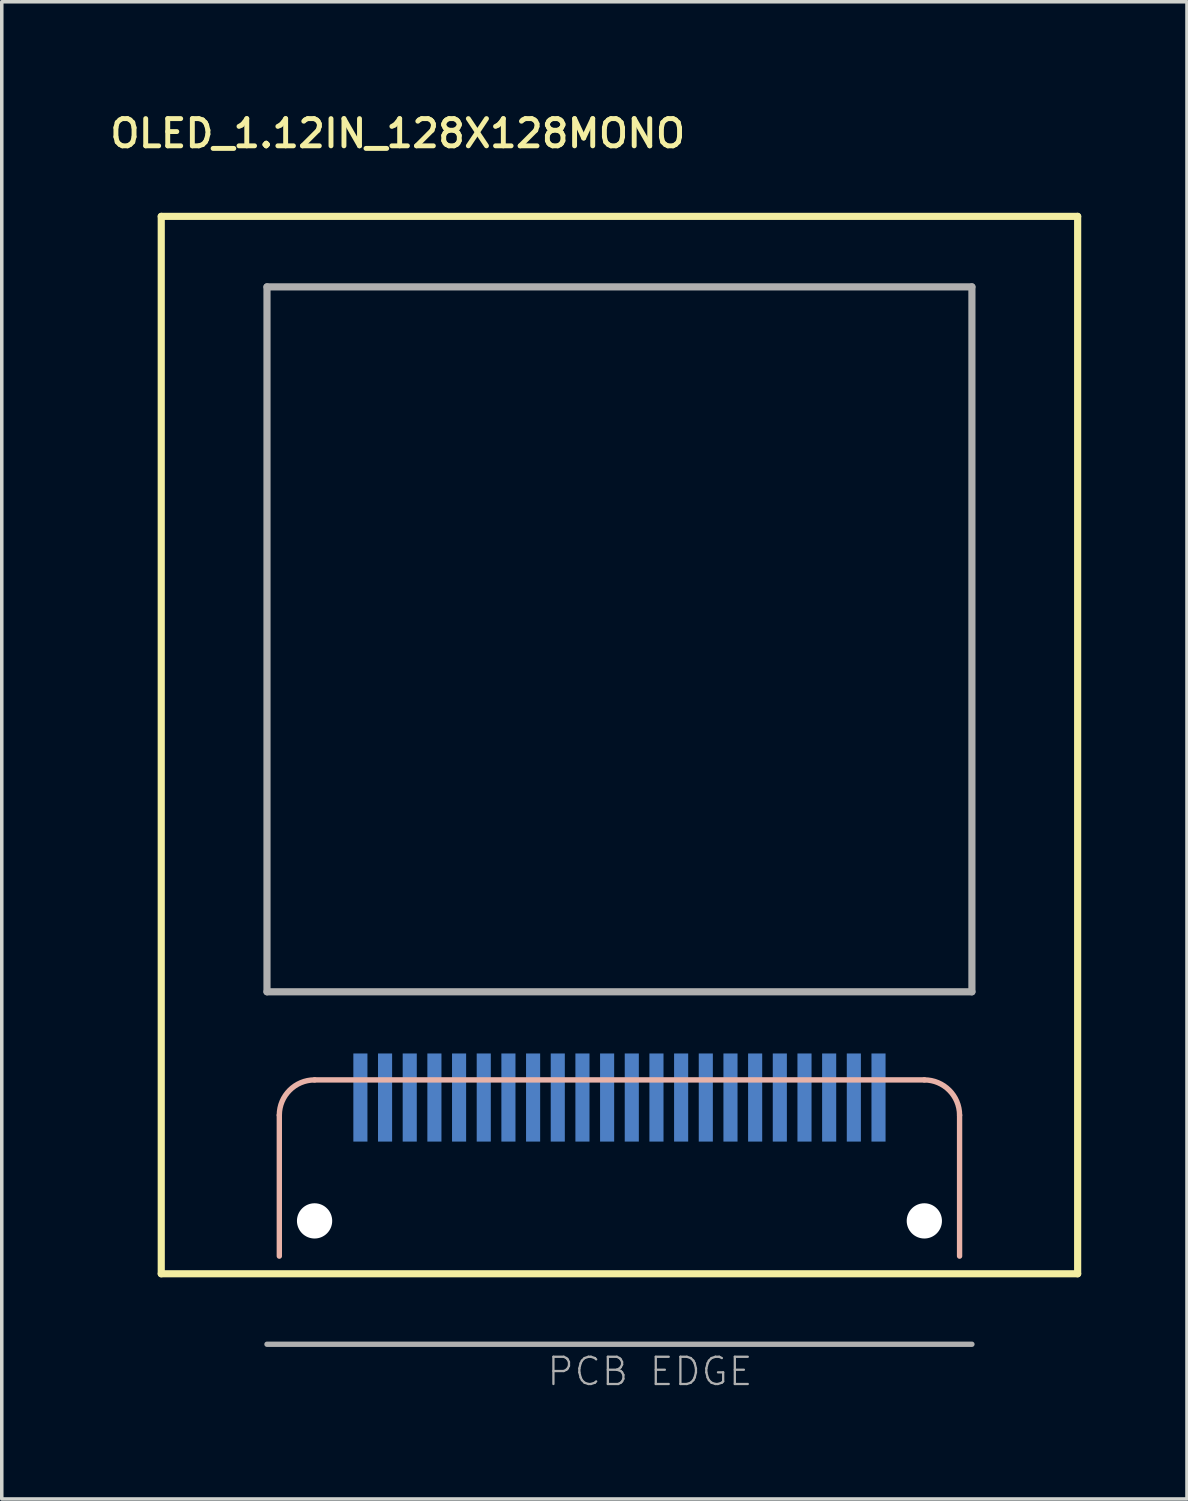
<source format=kicad_pcb>
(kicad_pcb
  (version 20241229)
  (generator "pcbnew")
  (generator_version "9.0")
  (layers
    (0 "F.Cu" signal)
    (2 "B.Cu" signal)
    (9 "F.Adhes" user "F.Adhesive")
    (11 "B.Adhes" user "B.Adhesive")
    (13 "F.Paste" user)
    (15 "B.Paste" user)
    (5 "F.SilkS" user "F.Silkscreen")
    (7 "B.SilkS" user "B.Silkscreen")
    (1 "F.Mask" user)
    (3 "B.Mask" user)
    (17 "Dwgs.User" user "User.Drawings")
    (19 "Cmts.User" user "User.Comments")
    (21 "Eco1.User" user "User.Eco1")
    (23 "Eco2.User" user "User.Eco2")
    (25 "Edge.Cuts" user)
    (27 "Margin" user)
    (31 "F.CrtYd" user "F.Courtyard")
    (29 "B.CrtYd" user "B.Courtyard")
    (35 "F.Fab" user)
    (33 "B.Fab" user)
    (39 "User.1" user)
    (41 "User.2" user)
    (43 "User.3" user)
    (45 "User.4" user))
  (footprint "OLED_1.12IN_128X128MONO"
    (layer "F.Cu")
    (at 14.525 18.089)
    (property "Reference" "OLED_1.12IN_128X128MONO" (at -14.525 -16.9 180) (layer "F.SilkS") (effects (font (size 0.772 0.772) (thickness 0.139)) (justify left bottom)))
    (attr through_hole)
    (fp_line (start -13 -15) (end 13 -15) (stroke (width 0.203) (type solid)) (layer "F.SilkS"))
    (fp_line (start -13 15) (end -13 -15) (stroke (width 0.203) (type solid)) (layer "F.SilkS"))
    (fp_line (start 13 -15) (end 13 15) (stroke (width 0.203) (type solid)) (layer "F.SilkS"))
    (fp_line (start 13 15) (end -13 15) (stroke (width 0.203) (type solid)) (layer "F.SilkS"))
    (fp_line (start -9.65 10.5) (end -9.65 14.5) (stroke (width 0.152) (type solid)) (layer "B.SilkS"))
    (fp_line (start -8.65 9.5) (end 8.65 9.5) (stroke (width 0.152) (type solid)) (layer "B.SilkS"))
    (fp_line (start 9.65 10.5) (end 9.65 14.5) (stroke (width 0.152) (type solid)) (layer "B.SilkS"))
    (fp_arc (start -9.65 10.5) (mid -9.357107 9.792893) (end -8.65 9.5) (stroke (width 0.1524) (type solid)) (layer "B.SilkS"))
    (fp_arc (start 8.65 9.5) (mid 9.357107 9.792893) (end 9.65 10.5) (stroke (width 0.1524) (type solid)) (layer "B.SilkS"))
    (fp_line (start -10 -13) (end 10 -13) (stroke (width 0.203) (type solid)) (layer "F.Fab"))
    (fp_line (start -10 7) (end -10 -13) (stroke (width 0.203) (type solid)) (layer "F.Fab"))
    (fp_line (start -10 17) (end 10 17) (stroke (width 0.152) (type solid)) (layer "F.Fab"))
    (fp_line (start 10 -13) (end 10 7) (stroke (width 0.203) (type solid)) (layer "F.Fab"))
    (fp_line (start 10 7) (end -10 7) (stroke (width 0.203) (type solid)) (layer "F.Fab"))
    (fp_text user "PCB EDGE" (at -2.1 18.225 0) (layer "F.Fab") (effects (font (size 0.772 0.772) (thickness 0.065)) (justify left bottom)))
    (pad "" np_thru_hole circle (at -8.65 13.5) (size 1 1) (drill 1) (layers "*.Cu" "*.Mask"))
    (pad "" np_thru_hole circle (at 8.65 13.5) (size 1 1) (drill 1) (layers "*.Cu" "*.Mask"))
    (pad "1" smd rect (at -7.35 10) (size 0.4 2.5) (layers "B.Cu" "B.Mask"))
    (pad "2" smd rect (at -6.65 10) (size 0.4 2.5) (layers "B.Cu" "B.Mask"))
    (pad "3" smd rect (at -5.95 10) (size 0.4 2.5) (layers "B.Cu" "B.Mask"))
    (pad "4" smd rect (at -5.25 10) (size 0.4 2.5) (layers "B.Cu" "B.Mask"))
    (pad "5" smd rect (at -4.55 10) (size 0.4 2.5) (layers "B.Cu" "B.Mask"))
    (pad "6" smd rect (at -3.85 10) (size 0.4 2.5) (layers "B.Cu" "B.Mask"))
    (pad "7" smd rect (at -3.15 10) (size 0.4 2.5) (layers "B.Cu" "B.Mask"))
    (pad "8" smd rect (at -2.45 10) (size 0.4 2.5) (layers "B.Cu" "B.Mask"))
    (pad "9" smd rect (at -1.75 10) (size 0.4 2.5) (layers "B.Cu" "B.Mask"))
    (pad "10" smd rect (at -1.05 10) (size 0.4 2.5) (layers "B.Cu" "B.Mask"))
    (pad "11" smd rect (at -0.35 10) (size 0.4 2.5) (layers "B.Cu" "B.Mask"))
    (pad "12" smd rect (at 0.35 10) (size 0.4 2.5) (layers "B.Cu" "B.Mask"))
    (pad "13" smd rect (at 1.05 10) (size 0.4 2.5) (layers "B.Cu" "B.Mask"))
    (pad "14" smd rect (at 1.75 10) (size 0.4 2.5) (layers "B.Cu" "B.Mask"))
    (pad "15" smd rect (at 2.45 10) (size 0.4 2.5) (layers "B.Cu" "B.Mask"))
    (pad "16" smd rect (at 3.15 10) (size 0.4 2.5) (layers "B.Cu" "B.Mask"))
    (pad "17" smd rect (at 3.85 10) (size 0.4 2.5) (layers "B.Cu" "B.Mask"))
    (pad "18" smd rect (at 4.55 10) (size 0.4 2.5) (layers "B.Cu" "B.Mask"))
    (pad "19" smd rect (at 5.25 10) (size 0.4 2.5) (layers "B.Cu" "B.Mask"))
    (pad "20" smd rect (at 5.95 10) (size 0.4 2.5) (layers "B.Cu" "B.Mask"))
    (pad "21" smd rect (at 6.65 10) (size 0.4 2.5) (layers "B.Cu" "B.Mask"))
    (pad "22" smd rect (at 7.35 10) (size 0.4 2.5) (layers "B.Cu" "B.Mask")))
  (gr_rect
    (start -3 -3)
    (end 30.627 39.479)
    (stroke (width 0.1) (type default))
    (fill no)
    (layer "Edge.Cuts")))
</source>
